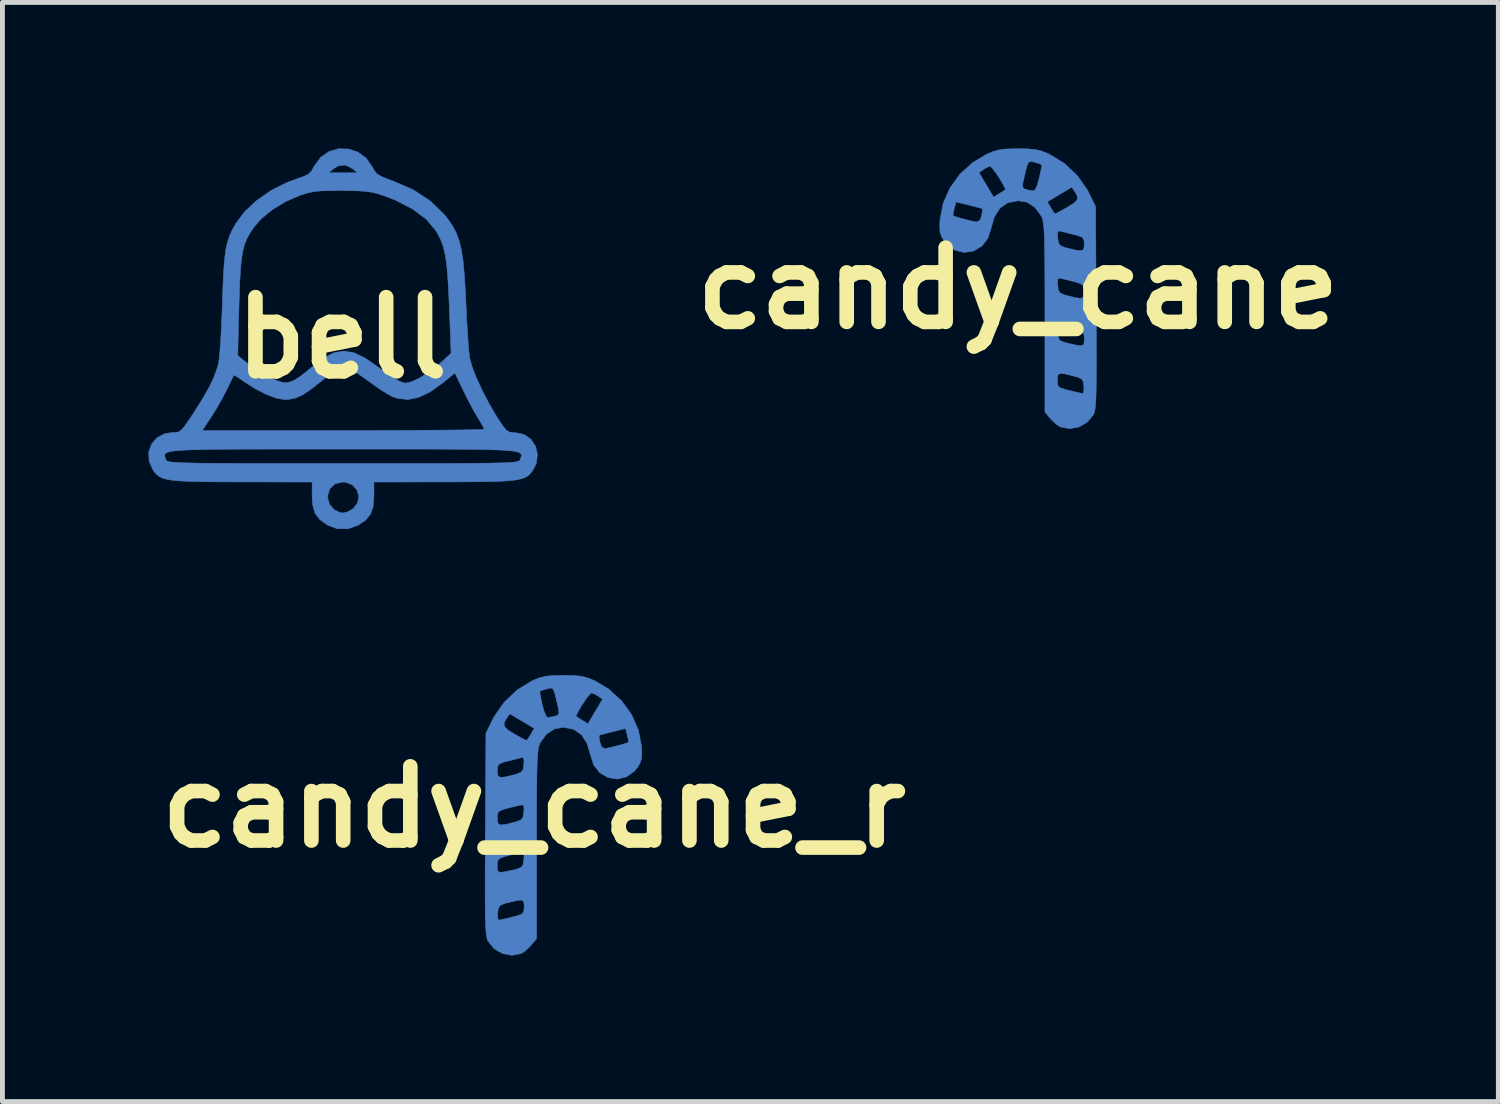
<source format=kicad_pcb>
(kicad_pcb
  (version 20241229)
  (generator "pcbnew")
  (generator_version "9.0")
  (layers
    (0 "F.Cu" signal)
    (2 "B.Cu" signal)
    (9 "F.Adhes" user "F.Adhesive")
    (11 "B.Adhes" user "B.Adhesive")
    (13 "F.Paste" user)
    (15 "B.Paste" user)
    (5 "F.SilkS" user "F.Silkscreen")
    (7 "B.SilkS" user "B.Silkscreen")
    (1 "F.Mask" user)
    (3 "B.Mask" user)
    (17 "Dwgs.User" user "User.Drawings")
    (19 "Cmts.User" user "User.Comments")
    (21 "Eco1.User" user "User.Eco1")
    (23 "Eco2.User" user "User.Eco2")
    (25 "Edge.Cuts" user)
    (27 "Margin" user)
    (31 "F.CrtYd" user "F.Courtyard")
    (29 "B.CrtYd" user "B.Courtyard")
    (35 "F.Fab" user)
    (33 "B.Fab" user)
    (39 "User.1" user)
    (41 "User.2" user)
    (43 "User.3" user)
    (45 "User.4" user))
  (footprint "candy_cane"
    (layer "F.Cu")
    (at 17.861 2.872)
    (property "Reference" "candy_cane" (at 0 0 0) (layer "F.SilkS") (effects (font (size 1.524 1.524) (thickness 0.3))))
    (attr through_hole)
    (fp_poly (pts (xy 0.206 -2.864) (xy 0.356 -2.85) (xy 0.479 -2.822) (xy 0.604 -2.773) (xy 0.646 -2.753) (xy 0.952 -2.566) (xy 1.218 -2.314) (xy 1.425 -2.018) (xy 1.455 -1.959) (xy 1.593 -1.68) (xy 1.605 0.391) (xy 1.608 0.871) (xy 1.609 1.273) (xy 1.609 1.605) (xy 1.608 1.874) (xy 1.605 2.087) (xy 1.6 2.252) (xy 1.593 2.376) (xy 1.584 2.466) (xy 1.572 2.53) (xy 1.558 2.575) (xy 1.55 2.592) (xy 1.425 2.747) (xy 1.254 2.847) (xy 1.06 2.883) (xy 0.867 2.847) (xy 0.783 2.792) (xy 0.686 2.7) (xy 0.666 2.677) (xy 0.552 2.542) (xy 0.552 1.888) (xy 0.807 1.888) (xy 0.815 1.987) (xy 0.857 2.039) (xy 0.957 2.074) (xy 0.966 2.076) (xy 1.166 2.126) (xy 1.297 2.155) (xy 1.33 2.161) (xy 1.349 2.127) (xy 1.353 2.037) (xy 1.351 2.009) (xy 1.338 1.916) (xy 1.303 1.861) (xy 1.223 1.825) (xy 1.126 1.798) (xy 0.966 1.759) (xy 0.871 1.748) (xy 0.824 1.77) (xy 0.808 1.829) (xy 0.807 1.888) (xy 0.552 1.888) (xy 0.552 0.873) (xy 0.811 0.873) (xy 0.815 0.918) (xy 0.828 1.016) (xy 0.86 1.072) (xy 0.936 1.106) (xy 1.041 1.132) (xy 1.201 1.168) (xy 1.296 1.179) (xy 1.342 1.161) (xy 1.358 1.109) (xy 1.359 1.042) (xy 1.358 0.974) (xy 1.343 0.926) (xy 1.301 0.89) (xy 1.217 0.858) (xy 1.076 0.821) (xy 0.921 0.783) (xy 0.844 0.769) (xy 0.813 0.792) (xy 0.811 0.873) (xy 0.552 0.873) (xy 0.552 0.602) (xy 0.552 0.141) (xy 0.551 -0.103) (xy 0.811 -0.103) (xy 0.815 -0.06) (xy 0.829 0.041) (xy 0.867 0.098) (xy 0.952 0.135) (xy 1.019 0.153) (xy 1.185 0.194) (xy 1.286 0.206) (xy 1.338 0.185) (xy 1.357 0.126) (xy 1.359 0.065) (xy 1.358 -0.003) (xy 1.343 -0.051) (xy 1.301 -0.086) (xy 1.217 -0.119) (xy 1.076 -0.156) (xy 0.921 -0.194) (xy 0.844 -0.208) (xy 0.813 -0.184) (xy 0.811 -0.103) (xy 0.551 -0.103) (xy 0.551 -0.242) (xy 0.549 -0.556) (xy 0.546 -0.808) (xy 0.542 -1.007) (xy 0.537 -1.134) (xy 0.811 -1.134) (xy 0.815 -1.036) (xy 0.83 -0.935) (xy 0.868 -0.879) (xy 0.954 -0.842) (xy 1.019 -0.824) (xy 1.186 -0.783) (xy 1.286 -0.771) (xy 1.338 -0.792) (xy 1.357 -0.851) (xy 1.359 -0.908) (xy 1.353 -0.996) (xy 1.32 -1.046) (xy 1.239 -1.08) (xy 1.157 -1.101) (xy 1.021 -1.135) (xy 0.91 -1.165) (xy 0.879 -1.174) (xy 0.829 -1.177) (xy 0.811 -1.134) (xy 0.537 -1.134) (xy 0.536 -1.159) (xy 0.527 -1.273) (xy 0.517 -1.357) (xy 0.504 -1.417) (xy 0.488 -1.463) (xy 0.478 -1.484) (xy 0.348 -1.662) (xy 0.181 -1.769) (xy 0.124 -1.778) (xy 0.602 -1.778) (xy 0.673 -1.654) (xy 0.725 -1.57) (xy 0.758 -1.53) (xy 0.759 -1.529) (xy 0.802 -1.549) (xy 0.896 -1.599) (xy 1.004 -1.66) (xy 1.142 -1.746) (xy 1.212 -1.815) (xy 1.221 -1.884) (xy 1.178 -1.969) (xy 1.167 -1.985) (xy 1.103 -2.077) (xy 0.852 -1.927) (xy 0.602 -1.778) (xy 0.124 -1.778) (xy -0.001 -1.799) (xy -0.21 -1.758) (xy -0.373 -1.646) (xy -0.488 -1.463) (xy -0.547 -1.256) (xy -0.619 -1.029) (xy -0.741 -0.868) (xy -0.912 -0.768) (xy -1.106 -0.736) (xy -1.294 -0.782) (xy -1.457 -0.898) (xy -1.521 -0.977) (xy -1.576 -1.07) (xy -1.604 -1.162) (xy -1.609 -1.284) (xy -1.603 -1.413) (xy -1.587 -1.495) (xy -1.336 -1.495) (xy -1.335 -1.494) (xy -1.289 -1.474) (xy -1.189 -1.443) (xy -1.064 -1.409) (xy -0.943 -1.38) (xy -0.856 -1.364) (xy -0.844 -1.363) (xy -0.783 -1.399) (xy -0.748 -1.493) (xy -0.733 -1.588) (xy -0.732 -1.635) (xy -0.732 -1.636) (xy -0.776 -1.649) (xy -0.879 -1.677) (xy -1.009 -1.709) (xy -1.274 -1.774) (xy -1.31 -1.641) (xy -1.332 -1.546) (xy -1.336 -1.495) (xy -1.587 -1.495) (xy -1.538 -1.747) (xy -1.399 -2.062) (xy -1.193 -2.346) (xy -1.158 -2.377) (xy -0.802 -2.377) (xy -0.652 -2.125) (xy -0.502 -1.872) (xy -0.389 -1.943) (xy -0.306 -1.995) (xy -0.262 -2.023) (xy -0.261 -2.023) (xy -0.27 -2.063) (xy -0.287 -2.096) (xy 0.093 -2.096) (xy 0.119 -2.048) (xy 0.196 -2.021) (xy 0.325 -2.002) (xy 0.36 -2.037) (xy 0.4 -2.135) (xy 0.434 -2.262) (xy 0.464 -2.4) (xy 0.483 -2.5) (xy 0.486 -2.539) (xy 0.445 -2.558) (xy 0.354 -2.587) (xy 0.346 -2.589) (xy 0.259 -2.608) (xy 0.213 -2.586) (xy 0.181 -2.504) (xy 0.171 -2.469) (xy 0.135 -2.323) (xy 0.104 -2.185) (xy 0.102 -2.178) (xy 0.093 -2.096) (xy -0.287 -2.096) (xy -0.315 -2.149) (xy -0.381 -2.258) (xy -0.455 -2.369) (xy -0.522 -2.458) (xy -0.568 -2.504) (xy -0.574 -2.506) (xy -0.64 -2.484) (xy -0.71 -2.442) (xy -0.802 -2.377) (xy -1.158 -2.377) (xy -0.93 -2.584) (xy -0.646 -2.753) (xy -0.515 -2.809) (xy -0.394 -2.843) (xy -0.255 -2.861) (xy -0.07 -2.867) (xy 0 -2.867) (xy 0.206 -2.864)) (stroke (width 0.01) (type solid)) (fill yes) (layer "B.Cu")))
  (footprint "bell"
    (layer "F.Cu")
    (at 3.975 3.888)
    (property "Reference" "bell" (at 0 0 0) (layer "F.SilkS") (effects (font (size 1.524 1.524) (thickness 0.3))))
    (attr through_hole)
    (fp_poly (pts (xy 0.134 -3.878) (xy 0.329 -3.813) (xy 0.498 -3.687) (xy 0.615 -3.522) (xy 0.666 -3.429) (xy 0.723 -3.364) (xy 0.807 -3.313) (xy 0.939 -3.259) (xy 1.041 -3.223) (xy 1.458 -3.043) (xy 1.809 -2.814) (xy 2.101 -2.53) (xy 2.172 -2.442) (xy 2.269 -2.302) (xy 2.346 -2.156) (xy 2.407 -1.991) (xy 2.454 -1.795) (xy 2.489 -1.556) (xy 2.516 -1.262) (xy 2.537 -0.899) (xy 2.544 -0.741) (xy 2.558 -0.452) (xy 2.573 -0.178) (xy 2.589 0.067) (xy 2.605 0.264) (xy 2.62 0.398) (xy 2.624 0.423) (xy 2.672 0.596) (xy 2.759 0.82) (xy 2.876 1.074) (xy 3.014 1.339) (xy 3.163 1.596) (xy 3.218 1.683) (xy 3.309 1.819) (xy 3.376 1.898) (xy 3.438 1.936) (xy 3.513 1.947) (xy 3.548 1.947) (xy 3.733 1.984) (xy 3.878 2.082) (xy 3.975 2.225) (xy 4.015 2.396) (xy 3.991 2.579) (xy 3.925 2.714) (xy 3.88 2.775) (xy 3.831 2.826) (xy 3.768 2.866) (xy 3.684 2.897) (xy 3.57 2.921) (xy 3.417 2.937) (xy 3.217 2.949) (xy 2.961 2.955) (xy 2.64 2.959) (xy 2.246 2.961) (xy 2.095 2.961) (xy 0.656 2.963) (xy 0.656 3.249) (xy 0.64 3.467) (xy 0.584 3.628) (xy 0.476 3.753) (xy 0.333 3.849) (xy 0.122 3.924) (xy -0.098 3.922) (xy -0.296 3.848) (xy -0.456 3.734) (xy -0.555 3.604) (xy -0.603 3.436) (xy -0.612 3.278) (xy -0.296 3.278) (xy -0.258 3.419) (xy -0.161 3.533) (xy -0.027 3.594) (xy 0.021 3.598) (xy 0.12 3.573) (xy 0.227 3.511) (xy 0.227 3.511) (xy 0.32 3.393) (xy 0.345 3.26) (xy 0.309 3.131) (xy 0.22 3.027) (xy 0.086 2.969) (xy 0.021 2.963) (xy -0.139 2.998) (xy -0.248 3.097) (xy -0.295 3.248) (xy -0.296 3.278) (xy -0.612 3.278) (xy -0.614 3.249) (xy -0.614 2.963) (xy -2.053 2.961) (xy -2.474 2.96) (xy -2.818 2.957) (xy -3.095 2.951) (xy -3.313 2.942) (xy -3.481 2.927) (xy -3.608 2.906) (xy -3.701 2.877) (xy -3.769 2.84) (xy -3.822 2.793) (xy -3.868 2.736) (xy -3.883 2.714) (xy -3.963 2.53) (xy -3.968 2.406) (xy -3.641 2.406) (xy -3.639 2.434) (xy -3.63 2.467) (xy -3.62 2.496) (xy -3.614 2.511) (xy -3.604 2.524) (xy -3.583 2.536) (xy -3.546 2.546) (xy -3.489 2.554) (xy -3.405 2.561) (xy -3.29 2.567) (xy -3.138 2.571) (xy -2.944 2.575) (xy -2.702 2.578) (xy -2.407 2.58) (xy -2.054 2.581) (xy -1.638 2.582) (xy -1.152 2.582) (xy -0.593 2.582) (xy 0.021 2.582) (xy 0.657 2.582) (xy 1.214 2.582) (xy 1.697 2.582) (xy 2.111 2.581) (xy 2.461 2.58) (xy 2.754 2.578) (xy 2.994 2.575) (xy 3.186 2.571) (xy 3.337 2.567) (xy 3.451 2.561) (xy 3.534 2.554) (xy 3.59 2.545) (xy 3.626 2.535) (xy 3.646 2.524) (xy 3.657 2.51) (xy 3.662 2.496) (xy 3.675 2.459) (xy 3.683 2.427) (xy 3.682 2.399) (xy 3.667 2.375) (xy 3.633 2.355) (xy 3.575 2.338) (xy 3.487 2.324) (xy 3.364 2.313) (xy 3.202 2.304) (xy 2.994 2.298) (xy 2.737 2.293) (xy 2.425 2.29) (xy 2.052 2.288) (xy 1.614 2.286) (xy 1.106 2.286) (xy 0.522 2.286) (xy 0.021 2.286) (xy -0.624 2.286) (xy -1.19 2.286) (xy -1.681 2.287) (xy -2.103 2.288) (xy -2.461 2.29) (xy -2.76 2.294) (xy -3.005 2.299) (xy -3.201 2.306) (xy -3.354 2.315) (xy -3.468 2.327) (xy -3.548 2.342) (xy -3.601 2.36) (xy -3.63 2.381) (xy -3.641 2.406) (xy -3.968 2.406) (xy -3.97 2.348) (xy -3.912 2.183) (xy -3.797 2.05) (xy -3.635 1.967) (xy -3.489 1.947) (xy -3.411 1.945) (xy -3.351 1.93) (xy -3.316 1.905) (xy -2.87 1.905) (xy 0.025 1.905) (xy 0.512 1.905) (xy 0.973 1.903) (xy 1.401 1.902) (xy 1.79 1.899) (xy 2.133 1.896) (xy 2.423 1.893) (xy 2.653 1.889) (xy 2.816 1.884) (xy 2.906 1.88) (xy 2.921 1.877) (xy 2.9 1.828) (xy 2.846 1.733) (xy 2.797 1.655) (xy 2.721 1.527) (xy 2.627 1.352) (xy 2.53 1.162) (xy 2.496 1.092) (xy 2.319 0.723) (xy 2.08 0.918) (xy 1.814 1.109) (xy 1.573 1.225) (xy 1.348 1.269) (xy 1.129 1.241) (xy 1.033 1.207) (xy 0.933 1.154) (xy 0.791 1.064) (xy 0.629 0.952) (xy 0.545 0.89) (xy 0.341 0.745) (xy 0.179 0.658) (xy 0.041 0.629) (xy -0.094 0.658) (xy -0.245 0.747) (xy -0.43 0.893) (xy -0.432 0.895) (xy -0.641 1.061) (xy -0.811 1.173) (xy -0.958 1.239) (xy -1.102 1.267) (xy -1.173 1.27) (xy -1.343 1.242) (xy -1.553 1.164) (xy -1.783 1.047) (xy -2.002 0.906) (xy -2.113 0.829) (xy -2.192 0.78) (xy -2.221 0.77) (xy -2.243 0.812) (xy -2.292 0.91) (xy -2.356 1.044) (xy -2.363 1.058) (xy -2.456 1.238) (xy -2.572 1.442) (xy -2.682 1.619) (xy -2.87 1.905) (xy -3.316 1.905) (xy -3.295 1.89) (xy -3.23 1.813) (xy -3.142 1.686) (xy -3.056 1.556) (xy -2.867 1.258) (xy -2.726 1.01) (xy -2.626 0.798) (xy -2.558 0.606) (xy -2.538 0.527) (xy -2.523 0.426) (xy -2.517 0.363) (xy -2.14 0.363) (xy -2.057 0.436) (xy -1.926 0.534) (xy -1.77 0.641) (xy -1.616 0.738) (xy -1.499 0.803) (xy -1.33 0.883) (xy -1.207 0.921) (xy -1.107 0.92) (xy -1.004 0.883) (xy -0.972 0.867) (xy -0.874 0.804) (xy -0.746 0.707) (xy -0.635 0.614) (xy -0.392 0.424) (xy -0.172 0.31) (xy 0.038 0.272) (xy 0.249 0.307) (xy 0.472 0.416) (xy 0.578 0.487) (xy 0.806 0.65) (xy 0.976 0.768) (xy 1.101 0.849) (xy 1.19 0.898) (xy 1.255 0.923) (xy 1.308 0.931) (xy 1.312 0.931) (xy 1.432 0.903) (xy 1.593 0.826) (xy 1.775 0.712) (xy 1.958 0.573) (xy 2.041 0.501) (xy 2.24 0.318) (xy 2.204 -0.635) (xy 2.187 -1.007) (xy 2.168 -1.307) (xy 2.144 -1.547) (xy 2.112 -1.74) (xy 2.072 -1.898) (xy 2.019 -2.033) (xy 1.952 -2.159) (xy 1.927 -2.201) (xy 1.734 -2.431) (xy 1.461 -2.638) (xy 1.112 -2.82) (xy 0.878 -2.912) (xy 0.739 -2.958) (xy 0.612 -2.989) (xy 0.475 -3.008) (xy 0.305 -3.019) (xy 0.08 -3.023) (xy 0 -3.024) (xy -0.248 -3.023) (xy -0.433 -3.017) (xy -0.578 -3.002) (xy -0.704 -2.976) (xy -0.833 -2.936) (xy -0.858 -2.928) (xy -1.156 -2.799) (xy -1.432 -2.632) (xy -1.663 -2.441) (xy -1.792 -2.294) (xy -1.878 -2.172) (xy -1.945 -2.055) (xy -1.997 -1.931) (xy -2.036 -1.789) (xy -2.065 -1.616) (xy -2.085 -1.4) (xy -2.1 -1.128) (xy -2.112 -0.787) (xy -2.116 -0.656) (xy -2.123 -0.373) (xy -2.13 -0.12) (xy -2.135 0.092) (xy -2.138 0.249) (xy -2.14 0.342) (xy -2.14 0.363) (xy -2.517 0.363) (xy -2.507 0.254) (xy -2.491 0.028) (xy -2.476 -0.239) (xy -2.464 -0.532) (xy -2.457 -0.72) (xy -2.445 -1.083) (xy -2.431 -1.375) (xy -2.413 -1.607) (xy -2.39 -1.793) (xy -2.358 -1.945) (xy -2.316 -2.076) (xy -2.262 -2.199) (xy -2.193 -2.327) (xy -2.18 -2.349) (xy -2 -2.589) (xy -1.755 -2.818) (xy -1.464 -3.021) (xy -1.144 -3.185) (xy -0.931 -3.264) (xy -0.779 -3.316) (xy -0.685 -3.366) (xy -0.662 -3.389) (xy -0.275 -3.389) (xy 0.318 -3.389) (xy 0.218 -3.473) (xy 0.075 -3.546) (xy -0.069 -3.536) (xy -0.175 -3.473) (xy -0.275 -3.389) (xy -0.662 -3.389) (xy -0.622 -3.432) (xy -0.569 -3.527) (xy -0.438 -3.707) (xy -0.267 -3.826) (xy -0.07 -3.883) (xy 0.134 -3.878)) (stroke (width 0.01) (type solid)) (fill yes) (layer "B.Cu")))
  (footprint "candy_cane_r"
    (layer "F.Cu")
    (at 7.918 13.525)
    (property "Reference" "candy_cane_r" (at 0 0 0) (layer "F.SilkS") (effects (font (size 1.524 1.524) (thickness 0.3))))
    (attr through_hole)
    (fp_poly (pts (xy 0.4 -2.7) (xy 0.25 -2.687) (xy 0.127 -2.658) (xy 0.002 -2.609) (xy -0.041 -2.59) (xy -0.346 -2.402) (xy -0.612 -2.151) (xy -0.819 -1.854) (xy -0.849 -1.796) (xy -0.987 -1.516) (xy -0.999 0.555) (xy -1.002 1.035) (xy -1.003 1.437) (xy -1.003 1.769) (xy -1.002 2.038) (xy -0.999 2.251) (xy -0.994 2.416) (xy -0.987 2.54) (xy -0.978 2.63) (xy -0.966 2.694) (xy -0.952 2.738) (xy -0.944 2.756) (xy -0.82 2.911) (xy -0.648 3.011) (xy -0.454 3.047) (xy -0.261 3.011) (xy -0.177 2.956) (xy -0.081 2.864) (xy -0.06 2.84) (xy 0.054 2.706) (xy 0.054 2.052) (xy -0.201 2.052) (xy -0.21 2.151) (xy -0.251 2.203) (xy -0.351 2.238) (xy -0.361 2.24) (xy -0.56 2.29) (xy -0.691 2.319) (xy -0.724 2.325) (xy -0.743 2.291) (xy -0.747 2.201) (xy -0.745 2.173) (xy -0.732 2.08) (xy -0.697 2.025) (xy -0.618 1.989) (xy -0.52 1.962) (xy -0.36 1.923) (xy -0.265 1.912) (xy -0.218 1.934) (xy -0.203 1.993) (xy -0.201 2.052) (xy 0.054 2.052) (xy 0.054 1.037) (xy -0.205 1.037) (xy -0.209 1.082) (xy -0.222 1.18) (xy -0.255 1.235) (xy -0.33 1.27) (xy -0.435 1.296) (xy -0.595 1.331) (xy -0.69 1.343) (xy -0.736 1.325) (xy -0.752 1.273) (xy -0.753 1.206) (xy -0.752 1.138) (xy -0.737 1.09) (xy -0.695 1.054) (xy -0.611 1.022) (xy -0.471 0.984) (xy -0.315 0.947) (xy -0.238 0.933) (xy -0.207 0.956) (xy -0.205 1.037) (xy 0.054 1.037) (xy 0.054 0.766) (xy 0.054 0.305) (xy 0.054 0.061) (xy -0.206 0.061) (xy -0.209 0.103) (xy -0.224 0.205) (xy -0.261 0.261) (xy -0.347 0.298) (xy -0.414 0.317) (xy -0.58 0.358) (xy -0.681 0.37) (xy -0.732 0.348) (xy -0.751 0.289) (xy -0.753 0.229) (xy -0.752 0.161) (xy -0.737 0.113) (xy -0.695 0.077) (xy -0.611 0.045) (xy -0.471 0.007) (xy -0.315 -0.03) (xy -0.238 -0.044) (xy -0.207 -0.02) (xy -0.206 0.061) (xy 0.054 0.061) (xy 0.055 -0.078) (xy 0.057 -0.392) (xy 0.06 -0.645) (xy 0.064 -0.843) (xy 0.069 -0.971) (xy -0.205 -0.971) (xy -0.209 -0.872) (xy -0.224 -0.771) (xy -0.262 -0.715) (xy -0.348 -0.678) (xy -0.414 -0.66) (xy -0.58 -0.619) (xy -0.681 -0.607) (xy -0.733 -0.628) (xy -0.751 -0.687) (xy -0.753 -0.744) (xy -0.747 -0.832) (xy -0.715 -0.882) (xy -0.634 -0.916) (xy -0.552 -0.938) (xy -0.415 -0.972) (xy -0.304 -1.001) (xy -0.273 -1.01) (xy -0.223 -1.014) (xy -0.205 -0.971) (xy 0.069 -0.971) (xy 0.07 -0.996) (xy 0.079 -1.11) (xy 0.089 -1.193) (xy 0.102 -1.253) (xy 0.118 -1.299) (xy 0.128 -1.32) (xy 0.258 -1.498) (xy 0.425 -1.605) (xy 0.482 -1.615) (xy 0.004 -1.615) (xy -0.067 -1.49) (xy -0.119 -1.406) (xy -0.152 -1.366) (xy -0.154 -1.366) (xy -0.196 -1.385) (xy -0.29 -1.435) (xy -0.398 -1.496) (xy -0.537 -1.582) (xy -0.606 -1.652) (xy -0.615 -1.72) (xy -0.572 -1.806) (xy -0.561 -1.821) (xy -0.497 -1.913) (xy -0.246 -1.764) (xy 0.004 -1.615) (xy 0.482 -1.615) (xy 0.607 -1.636) (xy 0.816 -1.594) (xy 0.978 -1.482) (xy 1.093 -1.299) (xy 1.153 -1.092) (xy 1.225 -0.866) (xy 1.347 -0.705) (xy 1.518 -0.604) (xy 1.711 -0.572) (xy 1.899 -0.618) (xy 2.063 -0.735) (xy 2.127 -0.813) (xy 2.182 -0.906) (xy 2.209 -0.998) (xy 2.215 -1.12) (xy 2.208 -1.249) (xy 2.193 -1.331) (xy 1.942 -1.331) (xy 1.941 -1.33) (xy 1.895 -1.31) (xy 1.794 -1.279) (xy 1.67 -1.246) (xy 1.549 -1.217) (xy 1.462 -1.2) (xy 1.45 -1.199) (xy 1.388 -1.236) (xy 1.354 -1.33) (xy 1.339 -1.424) (xy 1.338 -1.471) (xy 1.338 -1.472) (xy 1.382 -1.485) (xy 1.485 -1.513) (xy 1.615 -1.545) (xy 1.88 -1.611) (xy 1.916 -1.477) (xy 1.938 -1.382) (xy 1.942 -1.331) (xy 2.193 -1.331) (xy 2.144 -1.583) (xy 2.005 -1.898) (xy 1.799 -2.182) (xy 1.764 -2.213) (xy 1.408 -2.213) (xy 1.258 -1.961) (xy 1.108 -1.708) (xy 0.995 -1.779) (xy 0.912 -1.831) (xy 0.867 -1.859) (xy 0.867 -1.859) (xy 0.876 -1.899) (xy 0.893 -1.932) (xy 0.513 -1.932) (xy 0.487 -1.884) (xy 0.409 -1.857) (xy 0.28 -1.838) (xy 0.246 -1.873) (xy 0.206 -1.972) (xy 0.171 -2.098) (xy 0.142 -2.236) (xy 0.123 -2.337) (xy 0.119 -2.375) (xy 0.161 -2.394) (xy 0.252 -2.423) (xy 0.259 -2.425) (xy 0.347 -2.444) (xy 0.393 -2.422) (xy 0.425 -2.341) (xy 0.435 -2.305) (xy 0.471 -2.159) (xy 0.502 -2.021) (xy 0.504 -2.014) (xy 0.513 -1.932) (xy 0.893 -1.932) (xy 0.921 -1.985) (xy 0.987 -2.094) (xy 1.061 -2.205) (xy 1.128 -2.294) (xy 1.174 -2.34) (xy 1.18 -2.342) (xy 1.245 -2.32) (xy 1.316 -2.278) (xy 1.408 -2.213) (xy 1.764 -2.213) (xy 1.536 -2.421) (xy 1.252 -2.59) (xy 1.121 -2.646) (xy 1 -2.68) (xy 0.861 -2.697) (xy 0.675 -2.703) (xy 0.606 -2.703) (xy 0.4 -2.7)) (stroke (width 0.01) (type solid)) (fill yes) (layer "B.Cu")))
  (gr_rect
    (start -3 -3)
    (end 27.726 19.577)
    (stroke (width 0.1) (type default))
    (fill no)
    (layer "Edge.Cuts")))
</source>
